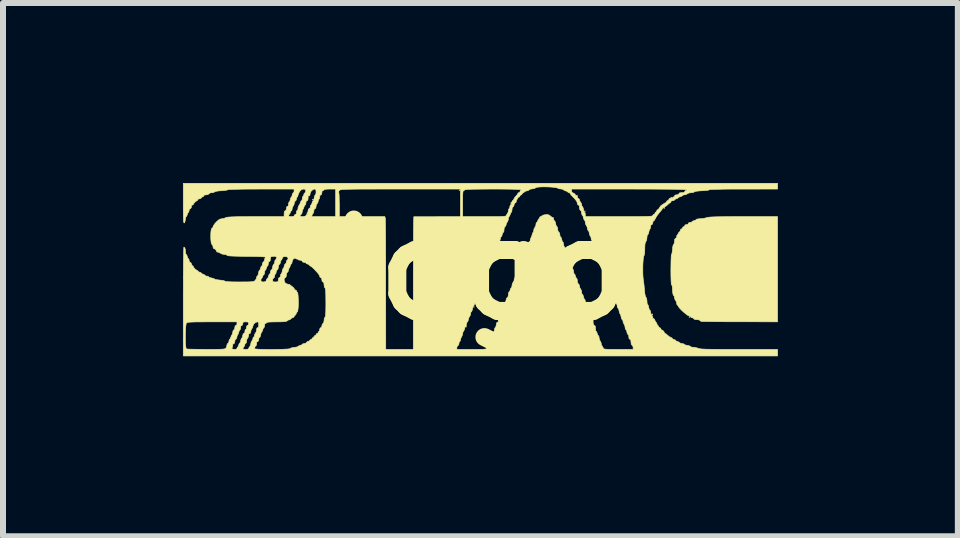
<source format=kicad_pcb>
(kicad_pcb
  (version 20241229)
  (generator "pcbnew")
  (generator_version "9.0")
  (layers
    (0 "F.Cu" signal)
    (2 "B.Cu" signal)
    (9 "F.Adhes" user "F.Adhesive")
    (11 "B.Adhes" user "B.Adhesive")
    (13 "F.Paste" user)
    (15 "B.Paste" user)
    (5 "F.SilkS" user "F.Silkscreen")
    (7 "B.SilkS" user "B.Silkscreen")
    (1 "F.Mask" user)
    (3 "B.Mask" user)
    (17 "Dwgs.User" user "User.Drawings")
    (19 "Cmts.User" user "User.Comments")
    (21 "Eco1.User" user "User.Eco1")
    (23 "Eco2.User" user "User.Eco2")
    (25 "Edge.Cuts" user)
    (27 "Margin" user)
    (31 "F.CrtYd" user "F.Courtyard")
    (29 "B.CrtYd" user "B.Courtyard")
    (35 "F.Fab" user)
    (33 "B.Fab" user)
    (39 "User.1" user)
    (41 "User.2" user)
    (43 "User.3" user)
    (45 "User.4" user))
  (footprint "logo"
    (layer "F.Cu")
    (at 4.952 1.444)
    (property "Reference" "logo" (at 0 0 0) (layer "F.SilkS") (effects (font (size 1.524 1.524) (thickness 0.3))))
    (attr through_hole)
    (fp_poly (pts (xy -2.782 -1.167) (xy -2.788 -1.161) (xy -2.794 -1.167) (xy -2.788 -1.173) (xy -2.782 -1.167)) (stroke (width 0.01) (type solid)) (fill yes) (layer "F.SilkS"))
    (fp_poly (pts (xy -0.339 -1.324) (xy -0.345 -1.318) (xy -0.351 -1.324) (xy -0.345 -1.33) (xy -0.339 -1.324)) (stroke (width 0.01) (type solid)) (fill yes) (layer "F.SilkS"))
    (fp_poly (pts (xy -0.097 0.623) (xy -0.103 0.629) (xy -0.109 0.623) (xy -0.103 0.617) (xy -0.097 0.623)) (stroke (width 0.01) (type solid)) (fill yes) (layer "F.SilkS"))
    (fp_poly (pts (xy 1.754 -0.974) (xy 1.748 -0.968) (xy 1.742 -0.974) (xy 1.748 -0.98) (xy 1.754 -0.974)) (stroke (width 0.01) (type solid)) (fill yes) (layer "F.SilkS"))
    (fp_poly (pts (xy 2.879 0.744) (xy 2.873 0.75) (xy 2.867 0.744) (xy 2.873 0.738) (xy 2.879 0.744)) (stroke (width 0.01) (type solid)) (fill yes) (layer "F.SilkS"))
    (fp_poly (pts (xy 3.496 0.792) (xy 3.489 0.798) (xy 3.483 0.792) (xy 3.489 0.786) (xy 3.496 0.792)) (stroke (width 0.01) (type solid)) (fill yes) (layer "F.SilkS"))
    (fp_poly (pts (xy 4.959 0.871) (xy 4.333 0.869) (xy 4.212 0.869) (xy 4.097 0.869) (xy 3.992 0.868) (xy 3.899 0.867) (xy 3.819 0.866) (xy 3.756 0.865) (xy 3.712 0.864) (xy 3.689 0.863) (xy 3.686 0.863) (xy 3.668 0.853) (xy 3.665 0.846) (xy 3.654 0.839) (xy 3.627 0.835) (xy 3.616 0.835) (xy 3.586 0.832) (xy 3.569 0.825) (xy 3.568 0.823) (xy 3.558 0.811) (xy 3.538 0.803) (xy 3.515 0.794) (xy 3.508 0.786) (xy 3.497 0.777) (xy 3.476 0.769) (xy 3.455 0.758) (xy 3.424 0.734) (xy 3.388 0.704) (xy 3.353 0.671) (xy 3.324 0.64) (xy 3.306 0.616) (xy 3.302 0.606) (xy 3.294 0.593) (xy 3.29 0.593) (xy 3.281 0.582) (xy 3.278 0.563) (xy 3.271 0.533) (xy 3.26 0.516) (xy 3.245 0.49) (xy 3.242 0.468) (xy 3.236 0.443) (xy 3.227 0.433) (xy 3.218 0.418) (xy 3.211 0.381) (xy 3.207 0.333) (xy 3.204 0.286) (xy 3.199 0.259) (xy 3.193 0.255) (xy 3.192 0.256) (xy 3.189 0.249) (xy 3.186 0.222) (xy 3.184 0.174) (xy 3.182 0.111) (xy 3.181 0.033) (xy 3.181 0.009) (xy 3.182 -0.068) (xy 3.183 -0.136) (xy 3.185 -0.191) (xy 3.187 -0.231) (xy 3.19 -0.252) (xy 3.192 -0.254) (xy 3.198 -0.265) (xy 3.203 -0.294) (xy 3.208 -0.335) (xy 3.208 -0.335) (xy 3.212 -0.38) (xy 3.22 -0.41) (xy 3.227 -0.421) (xy 3.236 -0.435) (xy 3.241 -0.463) (xy 3.242 -0.473) (xy 3.245 -0.506) (xy 3.255 -0.519) (xy 3.26 -0.52) (xy 3.274 -0.531) (xy 3.278 -0.55) (xy 3.282 -0.573) (xy 3.29 -0.581) (xy 3.301 -0.59) (xy 3.302 -0.599) (xy 3.312 -0.619) (xy 3.32 -0.625) (xy 3.335 -0.641) (xy 3.338 -0.654) (xy 3.346 -0.673) (xy 3.356 -0.677) (xy 3.372 -0.687) (xy 3.375 -0.695) (xy 3.384 -0.712) (xy 3.393 -0.714) (xy 3.409 -0.723) (xy 3.411 -0.732) (xy 3.423 -0.732) (xy 3.429 -0.726) (xy 3.435 -0.732) (xy 3.429 -0.738) (xy 3.423 -0.732) (xy 3.411 -0.732) (xy 3.421 -0.746) (xy 3.441 -0.75) (xy 3.465 -0.756) (xy 3.471 -0.768) (xy 3.482 -0.783) (xy 3.502 -0.786) (xy 3.524 -0.79) (xy 3.532 -0.797) (xy 3.542 -0.807) (xy 3.567 -0.816) (xy 3.568 -0.816) (xy 3.593 -0.825) (xy 3.604 -0.835) (xy 3.604 -0.836) (xy 3.615 -0.842) (xy 3.643 -0.846) (xy 3.663 -0.847) (xy 3.712 -0.851) (xy 3.761 -0.861) (xy 3.774 -0.865) (xy 3.789 -0.869) (xy 3.811 -0.873) (xy 3.841 -0.876) (xy 3.881 -0.878) (xy 3.934 -0.88) (xy 4 -0.881) (xy 4.084 -0.882) (xy 4.186 -0.883) (xy 4.309 -0.883) (xy 4.392 -0.883) (xy 4.959 -0.883) (xy 4.959 0.871)) (stroke (width 0.01) (type solid)) (fill yes) (layer "F.SilkS"))
    (fp_poly (pts (xy 4.959 -1.343) (xy 4.381 -1.342) (xy 4.267 -1.342) (xy 4.16 -1.342) (xy 4.064 -1.341) (xy 3.98 -1.339) (xy 3.912 -1.338) (xy 3.861 -1.336) (xy 3.829 -1.334) (xy 3.82 -1.332) (xy 3.82 -1.332) (xy 3.816 -1.327) (xy 3.791 -1.322) (xy 3.747 -1.318) (xy 3.705 -1.315) (xy 3.646 -1.311) (xy 3.601 -1.306) (xy 3.576 -1.299) (xy 3.571 -1.295) (xy 3.557 -1.287) (xy 3.528 -1.282) (xy 3.52 -1.282) (xy 3.484 -1.278) (xy 3.458 -1.266) (xy 3.455 -1.264) (xy 3.429 -1.25) (xy 3.406 -1.246) (xy 3.383 -1.242) (xy 3.375 -1.235) (xy 3.364 -1.225) (xy 3.339 -1.216) (xy 3.338 -1.216) (xy 3.313 -1.207) (xy 3.302 -1.198) (xy 3.302 -1.198) (xy 3.292 -1.188) (xy 3.272 -1.18) (xy 3.249 -1.171) (xy 3.242 -1.161) (xy 3.231 -1.152) (xy 3.211 -1.149) (xy 3.187 -1.143) (xy 3.181 -1.131) (xy 3.174 -1.115) (xy 3.168 -1.113) (xy 3.152 -1.105) (xy 3.13 -1.085) (xy 3.128 -1.083) (xy 3.105 -1.062) (xy 3.087 -1.052) (xy 3.086 -1.052) (xy 3.074 -1.042) (xy 3.072 -1.031) (xy 3.07 -1.017) (xy 3.062 -1.026) (xy 3.06 -1.028) (xy 3.05 -1.037) (xy 3.048 -1.033) (xy 3.041 -1.015) (xy 3.023 -0.991) (xy 3.023 -0.991) (xy 2.98 -0.939) (xy 2.95 -0.9) (xy 2.93 -0.867) (xy 2.915 -0.838) (xy 2.902 -0.817) (xy 2.891 -0.81) (xy 2.882 -0.8) (xy 2.879 -0.78) (xy 2.872 -0.756) (xy 2.861 -0.75) (xy 2.846 -0.739) (xy 2.842 -0.714) (xy 2.839 -0.688) (xy 2.832 -0.677) (xy 2.832 -0.677) (xy 2.824 -0.667) (xy 2.816 -0.64) (xy 2.814 -0.629) (xy 2.806 -0.599) (xy 2.797 -0.582) (xy 2.794 -0.581) (xy 2.786 -0.57) (xy 2.782 -0.543) (xy 2.782 -0.533) (xy 2.777 -0.498) (xy 2.767 -0.471) (xy 2.764 -0.467) (xy 2.754 -0.449) (xy 2.748 -0.415) (xy 2.746 -0.363) (xy 2.746 -0.348) (xy 2.744 -0.3) (xy 2.74 -0.26) (xy 2.735 -0.237) (xy 2.733 -0.234) (xy 2.726 -0.215) (xy 2.72 -0.177) (xy 2.716 -0.125) (xy 2.713 -0.065) (xy 2.713 0.000341) (xy 2.713 0.064) (xy 2.716 0.122) (xy 2.721 0.169) (xy 2.721 0.169) (xy 2.73 0.231) (xy 2.737 0.3) (xy 2.742 0.353) (xy 2.748 0.41) (xy 2.757 0.447) (xy 2.765 0.46) (xy 2.776 0.482) (xy 2.782 0.519) (xy 2.782 0.528) (xy 2.784 0.56) (xy 2.789 0.578) (xy 2.792 0.581) (xy 2.801 0.591) (xy 2.809 0.618) (xy 2.811 0.629) (xy 2.818 0.659) (xy 2.828 0.676) (xy 2.83 0.677) (xy 2.84 0.688) (xy 2.842 0.707) (xy 2.85 0.737) (xy 2.861 0.754) (xy 2.876 0.781) (xy 2.879 0.798) (xy 2.883 0.816) (xy 2.89 0.817) (xy 2.902 0.821) (xy 2.91 0.837) (xy 2.924 0.866) (xy 2.935 0.88) (xy 2.949 0.903) (xy 2.951 0.914) (xy 2.958 0.93) (xy 2.963 0.931) (xy 2.974 0.941) (xy 2.975 0.949) (xy 2.985 0.966) (xy 2.994 0.968) (xy 3.01 0.977) (xy 3.012 0.986) (xy 3.019 1.002) (xy 3.025 1.004) (xy 3.045 1.013) (xy 3.065 1.033) (xy 3.072 1.051) (xy 3.081 1.064) (xy 3.085 1.064) (xy 3.101 1.072) (xy 3.123 1.092) (xy 3.124 1.093) (xy 3.152 1.116) (xy 3.178 1.13) (xy 3.199 1.14) (xy 3.205 1.149) (xy 3.215 1.159) (xy 3.235 1.166) (xy 3.258 1.176) (xy 3.266 1.186) (xy 3.276 1.196) (xy 3.285 1.197) (xy 3.309 1.205) (xy 3.322 1.216) (xy 3.348 1.23) (xy 3.369 1.234) (xy 3.392 1.237) (xy 3.399 1.244) (xy 3.41 1.252) (xy 3.437 1.26) (xy 3.453 1.263) (xy 3.486 1.27) (xy 3.505 1.279) (xy 3.508 1.283) (xy 3.518 1.29) (xy 3.544 1.294) (xy 3.55 1.294) (xy 3.592 1.299) (xy 3.634 1.311) (xy 3.636 1.312) (xy 3.649 1.316) (xy 3.668 1.32) (xy 3.694 1.323) (xy 3.73 1.325) (xy 3.778 1.327) (xy 3.839 1.328) (xy 3.916 1.329) (xy 4.01 1.33) (xy 4.124 1.33) (xy 4.259 1.33) (xy 4.319 1.33) (xy 4.959 1.33) (xy 4.959 1.439) (xy -4.947 1.439) (xy -4.947 1.115) (xy -4.912 1.115) (xy -4.912 1.177) (xy -4.91 1.234) (xy -4.906 1.28) (xy -4.901 1.311) (xy -4.896 1.322) (xy -4.88 1.324) (xy -4.843 1.326) (xy -4.789 1.327) (xy -4.721 1.328) (xy -4.643 1.329) (xy -4.568 1.33) (xy -4.47 1.33) (xy -4.393 1.329) (xy -4.335 1.328) (xy -4.293 1.326) (xy -4.265 1.323) (xy -4.247 1.318) (xy -4.239 1.313) (xy -4.237 1.311) (xy -4.146 1.311) (xy -4.137 1.318) (xy -4.11 1.328) (xy -4.081 1.33) (xy -4.059 1.324) (xy -4.052 1.313) (xy -4.05 1.309) (xy -3.953 1.309) (xy -3.948 1.324) (xy -3.919 1.33) (xy -3.907 1.33) (xy -3.876 1.328) (xy -3.86 1.32) (xy -3.858 1.318) (xy -3.851 1.301) (xy -3.757 1.301) (xy -3.755 1.319) (xy -3.741 1.323) (xy -3.707 1.326) (xy -3.657 1.329) (xy -3.596 1.33) (xy -3.527 1.331) (xy -3.454 1.331) (xy -3.381 1.33) (xy -3.313 1.329) (xy -3.254 1.326) (xy -3.207 1.324) (xy -3.176 1.32) (xy -3.166 1.317) (xy -3.153 1.308) (xy -3.123 1.3) (xy -3.099 1.297) (xy -3.064 1.292) (xy -3.041 1.286) (xy -3.036 1.282) (xy -3.025 1.273) (xy -3 1.264) (xy -3 1.264) (xy -2.974 1.255) (xy -2.963 1.245) (xy -2.963 1.245) (xy -2.953 1.237) (xy -2.933 1.234) (xy -2.907 1.227) (xy -2.895 1.216) (xy -2.879 1.2) (xy -2.867 1.197) (xy -2.845 1.189) (xy -2.838 1.179) (xy -2.821 1.163) (xy -2.812 1.161) (xy -2.799 1.155) (xy -2.8 1.149) (xy -2.797 1.139) (xy -2.789 1.137) (xy -2.772 1.128) (xy -2.77 1.119) (xy -2.76 1.103) (xy -2.752 1.101) (xy -2.736 1.091) (xy -2.734 1.083) (xy -2.724 1.066) (xy -2.715 1.064) (xy -2.699 1.055) (xy -2.697 1.046) (xy -2.691 1.03) (xy -2.685 1.028) (xy -2.676 1.018) (xy -2.673 0.998) (xy -2.667 0.974) (xy -2.655 0.968) (xy -2.64 0.957) (xy -2.637 0.937) (xy -2.63 0.911) (xy -2.619 0.899) (xy -2.605 0.882) (xy -2.6 0.846) (xy -2.597 0.815) (xy -2.588 0.796) (xy -2.585 0.795) (xy -2.58 0.787) (xy -2.576 0.766) (xy -2.573 0.728) (xy -2.571 0.672) (xy -2.57 0.595) (xy -2.57 0.55) (xy -2.571 0.463) (xy -2.572 0.397) (xy -2.574 0.351) (xy -2.578 0.322) (xy -2.583 0.308) (xy -2.585 0.305) (xy -2.595 0.291) (xy -2.6 0.26) (xy -2.6 0.253) (xy -2.604 0.22) (xy -2.614 0.206) (xy -2.619 0.206) (xy -2.633 0.195) (xy -2.637 0.169) (xy -2.642 0.141) (xy -2.655 0.133) (xy -2.67 0.123) (xy -2.673 0.108) (xy -2.681 0.09) (xy -2.702 0.061) (xy -2.732 0.027) (xy -2.764 -0.007) (xy -2.796 -0.037) (xy -2.82 -0.056) (xy -2.831 -0.06) (xy -2.842 -0.07) (xy -2.842 -0.072) (xy -2.853 -0.084) (xy -2.873 -0.092) (xy -2.895 -0.101) (xy -2.903 -0.11) (xy -2.913 -0.118) (xy -2.933 -0.121) (xy -2.957 -0.127) (xy -2.963 -0.139) (xy -2.974 -0.153) (xy -3 -0.157) (xy -3.025 -0.161) (xy -3.036 -0.17) (xy -3.036 -0.17) (xy -3.043 -0.178) (xy -3.047 -0.176) (xy -3.063 -0.177) (xy -3.066 -0.181) (xy -3.083 -0.192) (xy -3.103 -0.185) (xy -3.121 -0.165) (xy -3.132 -0.137) (xy -3.133 -0.127) (xy -3.138 -0.103) (xy -3.147 -0.094) (xy -3.159 -0.08) (xy -3.165 -0.06) (xy -3.173 -0.036) (xy -3.181 -0.026) (xy -3.19 -0.012) (xy -3.193 0.007) (xy -3.2 0.033) (xy -3.211 0.044) (xy -3.225 0.061) (xy -3.229 0.092) (xy -3.234 0.123) (xy -3.247 0.133) (xy -3.248 0.133) (xy -3.261 0.143) (xy -3.266 0.166) (xy -3.262 0.195) (xy -3.249 0.22) (xy -3.247 0.223) (xy -3.221 0.239) (xy -3.204 0.242) (xy -3.175 0.249) (xy -3.164 0.257) (xy -3.141 0.276) (xy -3.122 0.29) (xy -3.103 0.309) (xy -3.096 0.323) (xy -3.087 0.337) (xy -3.078 0.339) (xy -3.062 0.348) (xy -3.06 0.356) (xy -3.051 0.374) (xy -3.045 0.378) (xy -3.039 0.391) (xy -3.034 0.424) (xy -3.031 0.469) (xy -3.029 0.521) (xy -3.029 0.575) (xy -3.031 0.626) (xy -3.035 0.667) (xy -3.04 0.693) (xy -3.043 0.699) (xy -3.057 0.717) (xy -3.065 0.735) (xy -3.076 0.756) (xy -3.085 0.762) (xy -3.095 0.772) (xy -3.096 0.779) (xy -3.107 0.794) (xy -3.127 0.803) (xy -3.149 0.813) (xy -3.157 0.823) (xy -3.167 0.833) (xy -3.176 0.835) (xy -3.2 0.843) (xy -3.213 0.853) (xy -3.226 0.86) (xy -3.249 0.866) (xy -3.286 0.869) (xy -3.34 0.871) (xy -3.394 0.871) (xy -3.462 0.872) (xy -3.514 0.874) (xy -3.546 0.878) (xy -3.556 0.883) (xy -3.566 0.894) (xy -3.574 0.895) (xy -3.589 0.906) (xy -3.592 0.931) (xy -3.596 0.957) (xy -3.603 0.968) (xy -3.603 0.968) (xy -3.614 0.978) (xy -3.622 1.003) (xy -3.623 1.004) (xy -3.631 1.029) (xy -3.64 1.04) (xy -3.64 1.04) (xy -3.648 1.051) (xy -3.655 1.078) (xy -3.657 1.089) (xy -3.665 1.118) (xy -3.674 1.131) (xy -3.677 1.131) (xy -3.685 1.136) (xy -3.689 1.159) (xy -3.689 1.16) (xy -3.694 1.19) (xy -3.707 1.197) (xy -3.722 1.208) (xy -3.725 1.234) (xy -3.728 1.259) (xy -3.736 1.27) (xy -3.736 1.27) (xy -3.749 1.28) (xy -3.757 1.301) (xy -3.851 1.301) (xy -3.851 1.299) (xy -3.84 1.286) (xy -3.826 1.26) (xy -3.822 1.238) (xy -3.815 1.207) (xy -3.804 1.19) (xy -3.789 1.164) (xy -3.786 1.148) (xy -3.781 1.129) (xy -3.774 1.125) (xy -3.764 1.115) (xy -3.762 1.1) (xy -3.753 1.07) (xy -3.743 1.057) (xy -3.73 1.032) (xy -3.725 1.003) (xy -3.72 0.975) (xy -3.707 0.968) (xy -3.695 0.96) (xy -3.689 0.933) (xy -3.689 0.919) (xy -3.691 0.889) (xy -3.677 0.889) (xy -3.671 0.895) (xy -3.665 0.889) (xy -3.671 0.883) (xy -3.677 0.889) (xy -3.691 0.889) (xy -3.691 0.888) (xy -3.699 0.874) (xy -3.713 0.871) (xy -3.743 0.881) (xy -3.77 0.905) (xy -3.785 0.935) (xy -3.786 0.943) (xy -3.794 0.97) (xy -3.804 0.984) (xy -3.818 1.01) (xy -3.822 1.033) (xy -3.828 1.058) (xy -3.84 1.064) (xy -3.855 1.075) (xy -3.858 1.095) (xy -3.865 1.127) (xy -3.877 1.145) (xy -3.89 1.17) (xy -3.895 1.199) (xy -3.898 1.223) (xy -3.907 1.228) (xy -3.907 1.228) (xy -3.916 1.231) (xy -3.919 1.244) (xy -3.927 1.273) (xy -3.937 1.286) (xy -3.953 1.309) (xy -4.05 1.309) (xy -4.045 1.295) (xy -4.04 1.292) (xy -4.03 1.278) (xy -4.024 1.259) (xy -4.015 1.234) (xy -4.005 1.224) (xy -3.995 1.21) (xy -3.991 1.191) (xy -3.984 1.161) (xy -3.973 1.145) (xy -3.959 1.119) (xy -3.955 1.095) (xy -3.949 1.071) (xy -3.937 1.064) (xy -3.923 1.054) (xy -3.919 1.027) (xy -3.916 1.003) (xy -3.907 0.998) (xy -3.907 0.998) (xy -3.898 0.993) (xy -3.895 0.97) (xy -3.895 0.968) (xy -3.889 0.939) (xy -3.877 0.931) (xy -3.862 0.921) (xy -3.858 0.901) (xy -3.861 0.882) (xy -3.873 0.873) (xy -3.903 0.871) (xy -3.907 0.871) (xy -3.938 0.873) (xy -3.952 0.88) (xy -3.955 0.898) (xy -3.955 0.901) (xy -3.961 0.925) (xy -3.973 0.931) (xy -3.988 0.942) (xy -3.991 0.968) (xy -3.995 0.993) (xy -4.002 1.004) (xy -4.003 1.004) (xy -4.012 1.014) (xy -4.021 1.04) (xy -4.022 1.043) (xy -4.031 1.072) (xy -4.041 1.089) (xy -4.041 1.089) (xy -4.05 1.105) (xy -4.054 1.129) (xy -4.061 1.152) (xy -4.073 1.161) (xy -4.084 1.172) (xy -4.088 1.197) (xy -4.094 1.226) (xy -4.106 1.234) (xy -4.121 1.245) (xy -4.124 1.27) (xy -4.129 1.296) (xy -4.14 1.306) (xy -4.146 1.311) (xy -4.237 1.311) (xy -4.225 1.288) (xy -4.221 1.266) (xy -4.215 1.241) (xy -4.203 1.229) (xy -4.189 1.213) (xy -4.185 1.192) (xy -4.181 1.169) (xy -4.174 1.161) (xy -4.164 1.151) (xy -4.155 1.128) (xy -4.145 1.101) (xy -4.136 1.088) (xy -4.128 1.073) (xy -4.122 1.044) (xy -4.122 1.043) (xy -4.116 1.015) (xy -4.104 1.004) (xy -4.104 1.004) (xy -4.092 0.993) (xy -4.088 0.968) (xy -4.083 0.939) (xy -4.07 0.931) (xy -4.055 0.921) (xy -4.052 0.901) (xy -4.052 0.871) (xy -4.464 0.871) (xy -4.578 0.871) (xy -4.67 0.872) (xy -4.743 0.872) (xy -4.798 0.874) (xy -4.838 0.876) (xy -4.866 0.879) (xy -4.883 0.883) (xy -4.893 0.887) (xy -4.893 0.888) (xy -4.9 0.906) (xy -4.905 0.943) (xy -4.909 0.993) (xy -4.911 1.052) (xy -4.912 1.115) (xy -4.947 1.115) (xy -4.947 0.532) (xy -4.947 0.376) (xy -4.946 0.229) (xy -4.946 0.127) (xy -4.548 0.127) (xy -4.542 0.133) (xy -4.536 0.127) (xy -4.542 0.121) (xy -4.548 0.127) (xy -4.946 0.127) (xy -4.946 0.095) (xy -4.945 -0.025) (xy -4.944 -0.13) (xy -4.942 -0.219) (xy -4.941 -0.289) (xy -4.939 -0.339) (xy -4.938 -0.368) (xy -4.936 -0.375) (xy -4.922 -0.364) (xy -4.913 -0.333) (xy -4.911 -0.295) (xy -4.908 -0.268) (xy -4.901 -0.254) (xy -4.9 -0.254) (xy -4.889 -0.244) (xy -4.881 -0.218) (xy -4.88 -0.218) (xy -4.872 -0.192) (xy -4.862 -0.181) (xy -4.861 -0.181) (xy -4.853 -0.171) (xy -4.85 -0.151) (xy -4.844 -0.128) (xy -4.833 -0.121) (xy -4.818 -0.111) (xy -4.809 -0.091) (xy -4.799 -0.068) (xy -4.789 -0.06) (xy -4.778 -0.051) (xy -4.778 -0.048) (xy -4.769 -0.03) (xy -4.749 -0.008) (xy -4.728 0.008) (xy -4.717 0.012) (xy -4.705 0.021) (xy -4.705 0.024) (xy -4.695 0.035) (xy -4.675 0.043) (xy -4.652 0.052) (xy -4.645 0.06) (xy -4.634 0.07) (xy -4.614 0.078) (xy -4.592 0.087) (xy -4.584 0.097) (xy -4.574 0.106) (xy -4.554 0.109) (xy -4.531 0.113) (xy -4.524 0.121) (xy -4.513 0.13) (xy -4.486 0.138) (xy -4.475 0.14) (xy -4.445 0.147) (xy -4.428 0.155) (xy -4.427 0.157) (xy -4.416 0.163) (xy -4.386 0.169) (xy -4.345 0.174) (xy -4.336 0.175) (xy -4.294 0.18) (xy -4.264 0.187) (xy -4.252 0.193) (xy -4.252 0.195) (xy -4.243 0.198) (xy -4.212 0.201) (xy -4.162 0.204) (xy -4.096 0.205) (xy -4.016 0.206) (xy -3.933 0.205) (xy -3.871 0.205) (xy -3.826 0.203) (xy -3.795 0.201) (xy -3.775 0.197) (xy -3.761 0.191) (xy -3.751 0.183) (xy -3.75 0.181) (xy -3.745 0.175) (xy -3.653 0.175) (xy -3.65 0.196) (xy -3.635 0.204) (xy -3.611 0.206) (xy -3.581 0.202) (xy -3.566 0.189) (xy -3.561 0.177) (xy -3.459 0.177) (xy -3.456 0.195) (xy -3.443 0.204) (xy -3.413 0.206) (xy -3.411 0.206) (xy -3.38 0.204) (xy -3.366 0.196) (xy -3.363 0.177) (xy -3.362 0.169) (xy -3.357 0.141) (xy -3.344 0.133) (xy -3.33 0.123) (xy -3.326 0.103) (xy -3.323 0.08) (xy -3.316 0.073) (xy -3.307 0.062) (xy -3.299 0.035) (xy -3.297 0.024) (xy -3.29 -0.006) (xy -3.281 -0.023) (xy -3.278 -0.024) (xy -3.269 -0.035) (xy -3.266 -0.055) (xy -3.259 -0.081) (xy -3.248 -0.092) (xy -3.233 -0.109) (xy -3.229 -0.127) (xy -3.223 -0.151) (xy -3.212 -0.161) (xy -3.2 -0.177) (xy -3.202 -0.193) (xy -3.213 -0.211) (xy -3.239 -0.217) (xy -3.249 -0.218) (xy -3.278 -0.214) (xy -3.293 -0.2) (xy -3.297 -0.187) (xy -3.306 -0.165) (xy -3.315 -0.157) (xy -3.323 -0.147) (xy -3.326 -0.127) (xy -3.333 -0.101) (xy -3.344 -0.089) (xy -3.358 -0.072) (xy -3.362 -0.042) (xy -3.368 -0.01) (xy -3.381 0.004) (xy -3.394 0.02) (xy -3.399 0.042) (xy -3.403 0.065) (xy -3.411 0.073) (xy -3.42 0.083) (xy -3.423 0.103) (xy -3.429 0.129) (xy -3.441 0.141) (xy -3.455 0.157) (xy -3.459 0.177) (xy -3.561 0.177) (xy -3.561 0.175) (xy -3.552 0.153) (xy -3.544 0.145) (xy -3.534 0.135) (xy -3.526 0.11) (xy -3.526 0.109) (xy -3.517 0.083) (xy -3.507 0.073) (xy -3.507 0.073) (xy -3.498 0.062) (xy -3.496 0.042) (xy -3.489 0.016) (xy -3.477 0.004) (xy -3.464 -0.012) (xy -3.459 -0.036) (xy -3.453 -0.066) (xy -3.453 -0.067) (xy -3.447 -0.067) (xy -3.441 -0.06) (xy -3.435 -0.067) (xy -3.441 -0.073) (xy -3.447 -0.067) (xy -3.453 -0.067) (xy -3.441 -0.085) (xy -3.426 -0.108) (xy -3.423 -0.127) (xy -3.419 -0.151) (xy -3.412 -0.159) (xy -3.401 -0.173) (xy -3.394 -0.19) (xy -3.394 -0.211) (xy -3.413 -0.222) (xy -3.453 -0.221) (xy -3.462 -0.22) (xy -3.485 -0.213) (xy -3.494 -0.197) (xy -3.496 -0.173) (xy -3.498 -0.148) (xy -3.505 -0.138) (xy -3.506 -0.138) (xy -3.519 -0.135) (xy -3.528 -0.114) (xy -3.532 -0.084) (xy -3.537 -0.065) (xy -3.543 -0.06) (xy -3.553 -0.05) (xy -3.562 -0.025) (xy -3.562 -0.024) (xy -3.571 0.001) (xy -3.581 0.012) (xy -3.581 0.012) (xy -3.589 0.023) (xy -3.592 0.048) (xy -3.592 0.048) (xy -3.596 0.074) (xy -3.604 0.085) (xy -3.604 0.085) (xy -3.616 0.095) (xy -3.624 0.115) (xy -3.633 0.138) (xy -3.642 0.145) (xy -3.65 0.156) (xy -3.653 0.175) (xy -3.745 0.175) (xy -3.731 0.155) (xy -3.725 0.133) (xy -3.72 0.113) (xy -3.713 0.109) (xy -3.704 0.098) (xy -3.696 0.071) (xy -3.694 0.06) (xy -3.687 0.03) (xy -3.679 0.013) (xy -3.676 0.012) (xy -3.667 0.002) (xy -3.659 -0.023) (xy -3.659 -0.024) (xy -3.65 -0.05) (xy -3.64 -0.06) (xy -3.64 -0.06) (xy -3.631 -0.071) (xy -3.629 -0.091) (xy -3.622 -0.117) (xy -3.61 -0.129) (xy -3.596 -0.145) (xy -3.592 -0.164) (xy -3.587 -0.188) (xy -3.577 -0.197) (xy -3.566 -0.203) (xy -3.569 -0.207) (xy -3.588 -0.211) (xy -3.624 -0.214) (xy -3.678 -0.217) (xy -3.753 -0.219) (xy -3.85 -0.22) (xy -3.894 -0.22) (xy -3.997 -0.222) (xy -4.076 -0.224) (xy -4.136 -0.226) (xy -4.178 -0.229) (xy -4.205 -0.232) (xy -4.217 -0.237) (xy -4.218 -0.239) (xy -4.232 -0.249) (xy -4.261 -0.254) (xy -4.265 -0.254) (xy -4.299 -0.259) (xy -4.325 -0.271) (xy -4.326 -0.272) (xy -4.352 -0.287) (xy -4.367 -0.29) (xy -4.386 -0.296) (xy -4.391 -0.303) (xy -4.4 -0.324) (xy -4.42 -0.343) (xy -4.438 -0.351) (xy -4.448 -0.361) (xy -4.451 -0.381) (xy -4.457 -0.407) (xy -4.469 -0.419) (xy -4.478 -0.433) (xy -4.484 -0.465) (xy -4.488 -0.508) (xy -4.489 -0.557) (xy -4.488 -0.605) (xy -4.484 -0.647) (xy -4.478 -0.677) (xy -4.47 -0.689) (xy -4.469 -0.689) (xy -4.454 -0.699) (xy -4.451 -0.713) (xy -4.443 -0.734) (xy -4.422 -0.764) (xy -4.398 -0.792) (xy -4.362 -0.825) (xy -4.333 -0.842) (xy -4.307 -0.847) (xy -4.27 -0.853) (xy -4.241 -0.865) (xy -4.231 -0.869) (xy -4.214 -0.873) (xy -4.188 -0.876) (xy -4.151 -0.878) (xy -4.1 -0.88) (xy -4.034 -0.882) (xy -3.95 -0.882) (xy -3.846 -0.883) (xy -3.74 -0.883) (xy -3.266 -0.884) (xy -3.266 -0.901) (xy -3.193 -0.901) (xy -3.185 -0.888) (xy -3.159 -0.883) (xy -3.145 -0.883) (xy -3.111 -0.886) (xy -3.097 -0.896) (xy -3.096 -0.901) (xy -3 -0.901) (xy -2.992 -0.888) (xy -2.965 -0.883) (xy -2.951 -0.883) (xy -2.808 -0.883) (xy -2.407 -0.883) (xy -2.407 -1.301) (xy -2.36 -1.301) (xy -2.359 -1.294) (xy -2.359 -1.294) (xy -2.354 -1.282) (xy -2.35 -1.248) (xy -2.348 -1.193) (xy -2.347 -1.119) (xy -2.346 -1.089) (xy -2.346 -0.883) (xy -1.587 -0.883) (xy -1.58 -0.856) (xy -1.579 -0.84) (xy -1.578 -0.802) (xy -1.577 -0.743) (xy -1.576 -0.665) (xy -1.575 -0.57) (xy -1.574 -0.459) (xy -1.574 -0.336) (xy -1.573 -0.2) (xy -1.573 -0.054) (xy -1.573 0.099) (xy -1.573 0.251) (xy -1.572 1.33) (xy -1.113 1.33) (xy -1.113 1.302) (xy -0.387 1.302) (xy -0.387 1.33) (xy -0.139 1.33) (xy -0.054 1.33) (xy 0.009 1.329) (xy 0.054 1.328) (xy 0.083 1.325) (xy 0.1 1.322) (xy 0.108 1.316) (xy 0.109 1.312) (xy 0.115 1.296) (xy 0.121 1.294) (xy 0.13 1.284) (xy 0.133 1.264) (xy 0.139 1.238) (xy 0.151 1.226) (xy 0.165 1.209) (xy 0.169 1.178) (xy 0.175 1.144) (xy 0.187 1.129) (xy 0.202 1.113) (xy 0.206 1.096) (xy 0.214 1.066) (xy 0.224 1.047) (xy 0.238 1.016) (xy 0.242 0.996) (xy 0.246 0.974) (xy 0.252 0.968) (xy 0.261 0.957) (xy 0.269 0.93) (xy 0.271 0.916) (xy 0.278 0.886) (xy 0.285 0.877) (xy 0.291 0.883) (xy 0.298 0.889) (xy 0.302 0.873) (xy 0.302 0.855) (xy 0.307 0.82) (xy 0.318 0.793) (xy 0.321 0.791) (xy 0.334 0.766) (xy 0.339 0.734) (xy 0.341 0.71) (xy 0.347 0.709) (xy 0.35 0.712) (xy 0.358 0.716) (xy 0.365 0.697) (xy 0.369 0.679) (xy 0.376 0.65) (xy 0.385 0.636) (xy 0.388 0.636) (xy 0.396 0.63) (xy 0.399 0.608) (xy 0.399 0.608) (xy 0.405 0.573) (xy 0.417 0.55) (xy 0.431 0.52) (xy 0.435 0.5) (xy 0.443 0.476) (xy 0.454 0.467) (xy 0.467 0.45) (xy 0.472 0.418) (xy 0.474 0.39) (xy 0.481 0.375) (xy 0.483 0.375) (xy 0.493 0.365) (xy 0.502 0.339) (xy 0.502 0.339) (xy 0.511 0.313) (xy 0.521 0.302) (xy 0.521 0.302) (xy 0.529 0.292) (xy 0.532 0.267) (xy 0.538 0.235) (xy 0.55 0.213) (xy 0.566 0.186) (xy 0.568 0.169) (xy 0.577 0.139) (xy 0.587 0.125) (xy 0.601 0.099) (xy 0.605 0.078) (xy 0.609 0.055) (xy 0.617 0.048) (xy 0.625 0.038) (xy 0.629 0.012) (xy 0.629 0.012) (xy 0.635 -0.018) (xy 0.647 -0.032) (xy 0.661 -0.049) (xy 0.665 -0.08) (xy 0.669 -0.111) (xy 0.683 -0.121) (xy 0.683 -0.121) (xy 0.698 -0.132) (xy 0.702 -0.157) (xy 0.705 -0.183) (xy 0.713 -0.194) (xy 0.713 -0.194) (xy 0.723 -0.204) (xy 0.731 -0.231) (xy 0.733 -0.242) (xy 0.74 -0.272) (xy 0.749 -0.289) (xy 0.751 -0.29) (xy 0.76 -0.3) (xy 0.762 -0.313) (xy 0.766 -0.345) (xy 0.776 -0.365) (xy 0.787 -0.368) (xy 0.794 -0.374) (xy 0.798 -0.398) (xy 0.798 -0.411) (xy 0.801 -0.444) (xy 0.811 -0.459) (xy 0.816 -0.46) (xy 0.831 -0.47) (xy 0.835 -0.482) (xy 0.84 -0.509) (xy 0.853 -0.54) (xy 0.866 -0.571) (xy 0.871 -0.596) (xy 0.877 -0.614) (xy 0.883 -0.617) (xy 0.891 -0.627) (xy 0.895 -0.653) (xy 0.895 -0.653) (xy 0.899 -0.679) (xy 0.908 -0.689) (xy 0.908 -0.689) (xy 0.915 -0.697) (xy 0.913 -0.702) (xy 0.914 -0.713) (xy 0.919 -0.714) (xy 0.928 -0.724) (xy 0.931 -0.749) (xy 0.931 -0.75) (xy 0.935 -0.775) (xy 0.943 -0.786) (xy 0.943 -0.786) (xy 0.955 -0.796) (xy 0.963 -0.816) (xy 0.972 -0.839) (xy 0.981 -0.847) (xy 0.991 -0.856) (xy 0.992 -0.865) (xy 1.001 -0.881) (xy 1.009 -0.883) (xy 1.027 -0.891) (xy 1.031 -0.896) (xy 1.044 -0.905) (xy 1.073 -0.913) (xy 1.089 -0.915) (xy 1.127 -0.917) (xy 1.153 -0.908) (xy 1.175 -0.891) (xy 1.198 -0.873) (xy 1.213 -0.867) (xy 1.214 -0.868) (xy 1.222 -0.866) (xy 1.223 -0.861) (xy 1.226 -0.837) (xy 1.226 -0.834) (xy 1.237 -0.817) (xy 1.242 -0.812) (xy 1.254 -0.795) (xy 1.26 -0.765) (xy 1.26 -0.765) (xy 1.267 -0.736) (xy 1.278 -0.721) (xy 1.279 -0.72) (xy 1.289 -0.705) (xy 1.294 -0.677) (xy 1.294 -0.673) (xy 1.299 -0.64) (xy 1.312 -0.625) (xy 1.326 -0.608) (xy 1.33 -0.581) (xy 1.334 -0.555) (xy 1.342 -0.544) (xy 1.342 -0.544) (xy 1.352 -0.534) (xy 1.36 -0.508) (xy 1.362 -0.502) (xy 1.369 -0.474) (xy 1.379 -0.46) (xy 1.38 -0.46) (xy 1.388 -0.449) (xy 1.391 -0.425) (xy 1.397 -0.394) (xy 1.409 -0.375) (xy 1.423 -0.352) (xy 1.427 -0.325) (xy 1.431 -0.3) (xy 1.439 -0.29) (xy 1.448 -0.28) (xy 1.457 -0.253) (xy 1.459 -0.242) (xy 1.466 -0.212) (xy 1.474 -0.195) (xy 1.476 -0.194) (xy 1.485 -0.183) (xy 1.494 -0.158) (xy 1.494 -0.157) (xy 1.503 -0.132) (xy 1.513 -0.121) (xy 1.513 -0.121) (xy 1.52 -0.11) (xy 1.524 -0.084) (xy 1.524 -0.078) (xy 1.529 -0.043) (xy 1.541 -0.018) (xy 1.542 -0.016) (xy 1.556 0.009) (xy 1.56 0.037) (xy 1.564 0.062) (xy 1.571 0.073) (xy 1.582 0.083) (xy 1.59 0.108) (xy 1.591 0.109) (xy 1.599 0.134) (xy 1.609 0.145) (xy 1.61 0.145) (xy 1.617 0.156) (xy 1.621 0.182) (xy 1.621 0.188) (xy 1.626 0.222) (xy 1.639 0.238) (xy 1.653 0.254) (xy 1.657 0.274) (xy 1.664 0.305) (xy 1.675 0.322) (xy 1.689 0.347) (xy 1.693 0.376) (xy 1.697 0.401) (xy 1.705 0.411) (xy 1.714 0.422) (xy 1.723 0.448) (xy 1.724 0.454) (xy 1.732 0.481) (xy 1.742 0.496) (xy 1.743 0.496) (xy 1.751 0.506) (xy 1.754 0.531) (xy 1.76 0.564) (xy 1.772 0.585) (xy 1.786 0.611) (xy 1.79 0.634) (xy 1.794 0.657) (xy 1.802 0.665) (xy 1.811 0.676) (xy 1.82 0.703) (xy 1.822 0.714) (xy 1.829 0.744) (xy 1.837 0.761) (xy 1.84 0.762) (xy 1.847 0.773) (xy 1.851 0.798) (xy 1.851 0.798) (xy 1.856 0.827) (xy 1.869 0.835) (xy 1.884 0.839) (xy 1.885 0.844) (xy 1.884 0.88) (xy 1.889 0.911) (xy 1.9 0.929) (xy 1.905 0.931) (xy 1.918 0.939) (xy 1.923 0.966) (xy 1.923 0.98) (xy 1.926 1.01) (xy 1.932 1.027) (xy 1.934 1.028) (xy 1.944 1.039) (xy 1.953 1.064) (xy 1.953 1.064) (xy 1.962 1.09) (xy 1.972 1.101) (xy 1.972 1.101) (xy 1.98 1.111) (xy 1.984 1.136) (xy 1.99 1.168) (xy 2.002 1.19) (xy 2.016 1.216) (xy 2.02 1.239) (xy 2.024 1.262) (xy 2.033 1.27) (xy 2.04 1.277) (xy 2.038 1.282) (xy 2.039 1.293) (xy 2.043 1.294) (xy 2.055 1.304) (xy 2.056 1.312) (xy 2.059 1.319) (xy 2.07 1.323) (xy 2.091 1.326) (xy 2.126 1.329) (xy 2.178 1.33) (xy 2.249 1.33) (xy 2.304 1.33) (xy 2.552 1.33) (xy 2.552 1.3) (xy 2.546 1.274) (xy 2.534 1.262) (xy 2.52 1.244) (xy 2.516 1.208) (xy 2.513 1.175) (xy 2.502 1.162) (xy 2.498 1.161) (xy 2.484 1.152) (xy 2.48 1.123) (xy 2.48 1.118) (xy 2.477 1.091) (xy 2.469 1.082) (xy 2.468 1.082) (xy 2.459 1.077) (xy 2.45 1.053) (xy 2.448 1.041) (xy 2.441 1.012) (xy 2.433 0.999) (xy 2.43 0.999) (xy 2.422 0.993) (xy 2.419 0.971) (xy 2.419 0.971) (xy 2.413 0.936) (xy 2.401 0.912) (xy 2.387 0.882) (xy 2.383 0.862) (xy 2.378 0.841) (xy 2.371 0.835) (xy 2.362 0.824) (xy 2.353 0.797) (xy 2.351 0.786) (xy 2.344 0.756) (xy 2.337 0.739) (xy 2.334 0.738) (xy 2.327 0.727) (xy 2.32 0.7) (xy 2.318 0.689) (xy 2.31 0.659) (xy 2.301 0.642) (xy 2.298 0.641) (xy 2.289 0.631) (xy 2.286 0.606) (xy 2.28 0.578) (xy 2.268 0.564) (xy 2.254 0.547) (xy 2.25 0.514) (xy 2.247 0.486) (xy 2.239 0.472) (xy 2.238 0.472) (xy 2.227 0.461) (xy 2.218 0.438) (xy 2.209 0.412) (xy 2.2 0.399) (xy 2.192 0.383) (xy 2.187 0.354) (xy 2.187 0.352) (xy 2.181 0.323) (xy 2.169 0.306) (xy 2.168 0.306) (xy 2.158 0.29) (xy 2.153 0.26) (xy 2.153 0.253) (xy 2.15 0.22) (xy 2.139 0.206) (xy 2.135 0.206) (xy 2.12 0.195) (xy 2.117 0.169) (xy 2.113 0.144) (xy 2.106 0.133) (xy 2.106 0.133) (xy 2.097 0.122) (xy 2.089 0.096) (xy 2.086 0.085) (xy 2.079 0.056) (xy 2.07 0.043) (xy 2.067 0.043) (xy 2.06 0.038) (xy 2.056 0.015) (xy 2.056 0.014) (xy 2.05 -0.019) (xy 2.038 -0.041) (xy 2.024 -0.066) (xy 2.02 -0.09) (xy 2.016 -0.113) (xy 2.008 -0.121) (xy 1.999 -0.132) (xy 1.99 -0.158) (xy 1.988 -0.169) (xy 1.981 -0.2) (xy 1.973 -0.216) (xy 1.97 -0.218) (xy 1.962 -0.228) (xy 1.959 -0.248) (xy 2.721 -0.248) (xy 2.727 -0.242) (xy 2.734 -0.248) (xy 2.727 -0.254) (xy 2.721 -0.248) (xy 1.959 -0.248) (xy 1.959 -0.248) (xy 1.953 -0.274) (xy 1.941 -0.286) (xy 1.928 -0.304) (xy 1.923 -0.339) (xy 1.918 -0.375) (xy 1.905 -0.391) (xy 1.891 -0.408) (xy 1.887 -0.435) (xy 1.881 -0.465) (xy 1.869 -0.479) (xy 1.855 -0.496) (xy 1.851 -0.521) (xy 1.847 -0.546) (xy 1.84 -0.556) (xy 1.832 -0.567) (xy 1.824 -0.594) (xy 1.822 -0.605) (xy 1.814 -0.635) (xy 1.805 -0.652) (xy 1.802 -0.653) (xy 1.793 -0.664) (xy 1.79 -0.684) (xy 1.783 -0.715) (xy 1.772 -0.733) (xy 1.759 -0.759) (xy 1.754 -0.787) (xy 1.75 -0.812) (xy 1.742 -0.822) (xy 1.733 -0.833) (xy 1.724 -0.859) (xy 1.723 -0.865) (xy 1.715 -0.893) (xy 1.706 -0.907) (xy 1.704 -0.907) (xy 1.697 -0.918) (xy 1.693 -0.943) (xy 1.693 -0.944) (xy 1.688 -0.973) (xy 1.675 -0.987) (xy 1.661 -1.005) (xy 1.657 -1.035) (xy 1.653 -1.066) (xy 1.64 -1.076) (xy 1.639 -1.076) (xy 1.624 -1.087) (xy 1.621 -1.108) (xy 1.612 -1.137) (xy 1.584 -1.174) (xy 1.56 -1.2) (xy 1.53 -1.231) (xy 1.509 -1.256) (xy 1.5 -1.271) (xy 1.5 -1.271) (xy 1.49 -1.281) (xy 1.482 -1.282) (xy 1.466 -1.288) (xy 1.464 -1.293) (xy 1.453 -1.303) (xy 1.428 -1.312) (xy 1.427 -1.312) (xy 1.402 -1.321) (xy 1.391 -1.331) (xy 1.391 -1.331) (xy 1.38 -1.339) (xy 1.356 -1.343) (xy 1.524 -1.343) (xy 1.524 -1.314) (xy 1.532 -1.288) (xy 1.553 -1.277) (xy 1.579 -1.262) (xy 1.591 -1.244) (xy 1.599 -1.227) (xy 1.608 -1.233) (xy 1.61 -1.235) (xy 1.618 -1.241) (xy 1.62 -1.224) (xy 1.621 -1.219) (xy 1.627 -1.192) (xy 1.639 -1.185) (xy 1.654 -1.175) (xy 1.657 -1.163) (xy 1.666 -1.136) (xy 1.675 -1.125) (xy 1.69 -1.101) (xy 1.693 -1.081) (xy 1.697 -1.059) (xy 1.704 -1.052) (xy 1.713 -1.042) (xy 1.721 -1.015) (xy 1.724 -1.004) (xy 1.731 -0.974) (xy 1.74 -0.957) (xy 1.743 -0.956) (xy 1.751 -0.945) (xy 1.754 -0.92) (xy 1.754 -0.883) (xy 2.316 -0.883) (xy 2.449 -0.883) (xy 2.559 -0.883) (xy 2.649 -0.884) (xy 2.721 -0.885) (xy 2.777 -0.886) (xy 2.818 -0.888) (xy 2.847 -0.89) (xy 2.865 -0.893) (xy 2.875 -0.896) (xy 2.879 -0.9) (xy 2.879 -0.901) (xy 2.888 -0.917) (xy 2.897 -0.919) (xy 2.913 -0.929) (xy 2.915 -0.937) (xy 2.921 -0.953) (xy 2.926 -0.956) (xy 2.938 -0.966) (xy 2.945 -0.98) (xy 2.955 -0.997) (xy 2.962 -0.999) (xy 2.973 -1.005) (xy 2.988 -1.026) (xy 2.993 -1.035) (xy 3.011 -1.062) (xy 3.028 -1.076) (xy 3.032 -1.076) (xy 3.047 -1.084) (xy 3.048 -1.089) (xy 3.055 -1.097) (xy 3.06 -1.095) (xy 3.071 -1.096) (xy 3.072 -1.1) (xy 3.082 -1.111) (xy 3.09 -1.113) (xy 3.106 -1.122) (xy 3.108 -1.131) (xy 3.118 -1.147) (xy 3.127 -1.149) (xy 3.143 -1.159) (xy 3.145 -1.167) (xy 3.154 -1.183) (xy 3.163 -1.185) (xy 3.179 -1.193) (xy 3.181 -1.2) (xy 3.185 -1.207) (xy 3.193 -1.197) (xy 3.203 -1.188) (xy 3.205 -1.194) (xy 3.215 -1.208) (xy 3.223 -1.21) (xy 3.239 -1.219) (xy 3.242 -1.228) (xy 3.252 -1.242) (xy 3.278 -1.246) (xy 3.307 -1.251) (xy 3.314 -1.264) (xy 3.322 -1.277) (xy 3.349 -1.282) (xy 3.362 -1.282) (xy 3.396 -1.285) (xy 3.41 -1.295) (xy 3.411 -1.3) (xy 3.421 -1.316) (xy 3.43 -1.318) (xy 3.442 -1.324) (xy 3.441 -1.33) (xy 3.427 -1.333) (xy 3.39 -1.335) (xy 3.329 -1.337) (xy 3.245 -1.339) (xy 3.137 -1.34) (xy 3.008 -1.341) (xy 2.855 -1.342) (xy 2.681 -1.342) (xy 2.486 -1.343) (xy 2.479 -1.343) (xy 1.524 -1.343) (xy 1.356 -1.343) (xy 1.319 -1.348) (xy 1.287 -1.361) (xy 1.262 -1.368) (xy 1.221 -1.373) (xy 1.17 -1.377) (xy 1.113 -1.379) (xy 1.056 -1.38) (xy 1.004 -1.378) (xy 0.962 -1.375) (xy 0.935 -1.37) (xy 0.929 -1.366) (xy 0.915 -1.356) (xy 0.886 -1.349) (xy 0.868 -1.346) (xy 0.836 -1.34) (xy 0.818 -1.334) (xy 0.817 -1.33) (xy 0.81 -1.322) (xy 0.787 -1.314) (xy 0.78 -1.313) (xy 0.752 -1.305) (xy 0.738 -1.295) (xy 0.738 -1.294) (xy 0.728 -1.283) (xy 0.72 -1.282) (xy 0.704 -1.272) (xy 0.702 -1.264) (xy 0.692 -1.248) (xy 0.683 -1.246) (xy 0.667 -1.236) (xy 0.665 -1.228) (xy 0.656 -1.212) (xy 0.647 -1.21) (xy 0.631 -1.2) (xy 0.629 -1.191) (xy 0.622 -1.175) (xy 0.617 -1.173) (xy 0.608 -1.163) (xy 0.605 -1.143) (xy 0.598 -1.119) (xy 0.587 -1.113) (xy 0.572 -1.102) (xy 0.568 -1.084) (xy 0.562 -1.059) (xy 0.55 -1.048) (xy 0.537 -1.03) (xy 0.532 -0.998) (xy 0.529 -0.97) (xy 0.523 -0.956) (xy 0.521 -0.956) (xy 0.511 -0.945) (xy 0.502 -0.92) (xy 0.502 -0.919) (xy 0.493 -0.894) (xy 0.483 -0.883) (xy 0.483 -0.883) (xy 0.475 -0.872) (xy 0.472 -0.848) (xy 0.466 -0.815) (xy 0.454 -0.794) (xy 0.438 -0.767) (xy 0.435 -0.75) (xy 0.428 -0.727) (xy 0.417 -0.718) (xy 0.404 -0.7) (xy 0.399 -0.663) (xy 0.397 -0.635) (xy 0.391 -0.622) (xy 0.388 -0.622) (xy 0.379 -0.616) (xy 0.371 -0.593) (xy 0.37 -0.587) (xy 0.362 -0.559) (xy 0.352 -0.545) (xy 0.35 -0.544) (xy 0.341 -0.534) (xy 0.339 -0.515) (xy 0.331 -0.484) (xy 0.321 -0.467) (xy 0.306 -0.442) (xy 0.302 -0.418) (xy 0.298 -0.395) (xy 0.29 -0.387) (xy 0.281 -0.376) (xy 0.273 -0.35) (xy 0.271 -0.339) (xy 0.264 -0.308) (xy 0.255 -0.292) (xy 0.252 -0.29) (xy 0.245 -0.28) (xy 0.242 -0.26) (xy 0.236 -0.234) (xy 0.226 -0.223) (xy 0.215 -0.208) (xy 0.208 -0.18) (xy 0.208 -0.178) (xy 0.201 -0.147) (xy 0.187 -0.126) (xy 0.187 -0.126) (xy 0.173 -0.103) (xy 0.169 -0.085) (xy 0.161 -0.055) (xy 0.151 -0.041) (xy 0.137 -0.014) (xy 0.133 0.007) (xy 0.129 0.029) (xy 0.121 0.036) (xy 0.112 0.047) (xy 0.109 0.067) (xy 0.102 0.093) (xy 0.091 0.104) (xy 0.077 0.122) (xy 0.073 0.159) (xy 0.069 0.192) (xy 0.059 0.205) (xy 0.054 0.206) (xy 0.04 0.216) (xy 0.036 0.242) (xy 0.033 0.267) (xy 0.024 0.278) (xy 0.024 0.278) (xy 0.015 0.289) (xy 0.007 0.316) (xy 0.005 0.327) (xy -0.003 0.357) (xy -0.011 0.374) (xy -0.014 0.375) (xy -0.022 0.385) (xy -0.024 0.406) (xy -0.031 0.431) (xy -0.042 0.443) (xy -0.056 0.46) (xy -0.06 0.491) (xy -0.063 0.519) (xy -0.07 0.532) (xy -0.072 0.532) (xy -0.082 0.543) (xy -0.091 0.568) (xy -0.091 0.568) (xy -0.099 0.594) (xy -0.108 0.605) (xy -0.108 0.605) (xy -0.116 0.615) (xy -0.124 0.642) (xy -0.126 0.653) (xy -0.133 0.683) (xy -0.142 0.7) (xy -0.145 0.702) (xy -0.154 0.712) (xy -0.157 0.733) (xy -0.164 0.764) (xy -0.175 0.782) (xy -0.19 0.808) (xy -0.194 0.828) (xy -0.201 0.857) (xy -0.212 0.871) (xy -0.224 0.892) (xy -0.23 0.925) (xy -0.23 0.93) (xy -0.232 0.957) (xy -0.237 0.961) (xy -0.242 0.956) (xy -0.25 0.947) (xy -0.254 0.96) (xy -0.254 0.97) (xy -0.261 1.001) (xy -0.272 1.02) (xy -0.287 1.047) (xy -0.29 1.067) (xy -0.298 1.1) (xy -0.308 1.12) (xy -0.323 1.15) (xy -0.326 1.17) (xy -0.331 1.191) (xy -0.339 1.197) (xy -0.348 1.208) (xy -0.351 1.228) (xy -0.357 1.254) (xy -0.369 1.266) (xy -0.383 1.282) (xy -0.387 1.302) (xy -1.113 1.302) (xy -1.113 0.224) (xy -1.113 0.062) (xy -1.112 -0.092) (xy -1.112 -0.237) (xy -1.111 -0.372) (xy -1.111 -0.495) (xy -1.11 -0.604) (xy -1.109 -0.697) (xy -1.108 -0.773) (xy -1.106 -0.83) (xy -1.105 -0.867) (xy -1.104 -0.881) (xy -1.104 -0.882) (xy -1.09 -0.881) (xy -1.055 -0.881) (xy -1.001 -0.881) (xy -0.933 -0.881) (xy -0.852 -0.881) (xy -0.761 -0.881) (xy -0.711 -0.882) (xy -0.327 -0.883) (xy -0.327 -1.101) (xy -0.29 -1.101) (xy -0.29 -0.883) (xy 0.073 -0.883) (xy 0.177 -0.883) (xy 0.26 -0.884) (xy 0.323 -0.884) (xy 0.37 -0.886) (xy 0.402 -0.888) (xy 0.422 -0.891) (xy 0.432 -0.895) (xy 0.435 -0.9) (xy 0.435 -0.901) (xy 0.442 -0.917) (xy 0.448 -0.919) (xy 0.455 -0.927) (xy 0.454 -0.931) (xy 0.455 -0.942) (xy 0.459 -0.943) (xy 0.468 -0.954) (xy 0.472 -0.979) (xy 0.472 -0.98) (xy 0.475 -1.005) (xy 0.484 -1.016) (xy 0.484 -1.016) (xy 0.493 -1.026) (xy 0.496 -1.047) (xy 0.503 -1.073) (xy 0.515 -1.085) (xy 0.527 -1.093) (xy 0.518 -1.102) (xy 0.509 -1.111) (xy 0.517 -1.113) (xy 0.53 -1.123) (xy 0.532 -1.131) (xy 0.538 -1.147) (xy 0.543 -1.149) (xy 0.556 -1.159) (xy 0.563 -1.175) (xy 0.578 -1.202) (xy 0.6 -1.228) (xy 0.62 -1.25) (xy 0.629 -1.268) (xy 0.629 -1.268) (xy 0.639 -1.281) (xy 0.647 -1.282) (xy 0.663 -1.292) (xy 0.665 -1.3) (xy 0.672 -1.316) (xy 0.678 -1.318) (xy 0.685 -1.326) (xy 0.683 -1.33) (xy 0.669 -1.334) (xy 0.632 -1.337) (xy 0.572 -1.339) (xy 0.491 -1.341) (xy 0.389 -1.342) (xy 0.267 -1.343) (xy 0.211 -1.343) (xy 0.079 -1.342) (xy -0.032 -1.341) (xy -0.121 -1.34) (xy -0.188 -1.338) (xy -0.232 -1.335) (xy -0.252 -1.332) (xy -0.254 -1.33) (xy -0.264 -1.32) (xy -0.272 -1.318) (xy -0.279 -1.315) (xy -0.283 -1.304) (xy -0.287 -1.282) (xy -0.289 -1.245) (xy -0.29 -1.19) (xy -0.29 -1.115) (xy -0.29 -1.101) (xy -0.327 -1.101) (xy -0.327 -1.343) (xy -1.324 -1.343) (xy -1.503 -1.343) (xy -1.659 -1.343) (xy -1.794 -1.342) (xy -1.909 -1.342) (xy -2.007 -1.342) (xy -2.088 -1.341) (xy -2.154 -1.34) (xy -2.208 -1.339) (xy -2.249 -1.338) (xy -2.281 -1.336) (xy -2.304 -1.334) (xy -2.321 -1.331) (xy -2.332 -1.328) (xy -2.339 -1.325) (xy -2.344 -1.32) (xy -2.346 -1.318) (xy -2.36 -1.301) (xy -2.407 -1.301) (xy -2.407 -1.343) (xy -2.504 -1.343) (xy -2.552 -1.341) (xy -2.585 -1.337) (xy -2.6 -1.332) (xy -2.6 -1.33) (xy -2.61 -1.32) (xy -2.619 -1.318) (xy -2.633 -1.308) (xy -2.637 -1.282) (xy -2.642 -1.253) (xy -2.655 -1.246) (xy -2.669 -1.235) (xy -2.673 -1.21) (xy -2.677 -1.184) (xy -2.685 -1.173) (xy -2.685 -1.173) (xy -2.694 -1.163) (xy -2.697 -1.144) (xy -2.704 -1.116) (xy -2.715 -1.101) (xy -2.729 -1.078) (xy -2.734 -1.051) (xy -2.739 -1.023) (xy -2.752 -1.016) (xy -2.766 -1.005) (xy -2.77 -0.981) (xy -2.773 -0.954) (xy -2.78 -0.941) (xy -2.792 -0.928) (xy -2.799 -0.91) (xy -2.808 -0.883) (xy -2.951 -0.883) (xy -2.918 -0.886) (xy -2.904 -0.896) (xy -2.903 -0.901) (xy -2.893 -0.917) (xy -2.882 -0.919) (xy -2.868 -0.921) (xy -2.876 -0.93) (xy -2.879 -0.931) (xy -2.889 -0.941) (xy -2.882 -0.943) (xy -2.871 -0.954) (xy -2.867 -0.98) (xy -2.861 -1.009) (xy -2.848 -1.016) (xy -2.834 -1.027) (xy -2.83 -1.046) (xy -2.826 -1.069) (xy -2.819 -1.076) (xy -2.809 -1.087) (xy -2.8 -1.112) (xy -2.8 -1.113) (xy -2.792 -1.138) (xy -2.783 -1.149) (xy -2.782 -1.149) (xy -2.775 -1.16) (xy -2.767 -1.186) (xy -2.765 -1.197) (xy -2.758 -1.228) (xy -2.748 -1.245) (xy -2.745 -1.246) (xy -2.738 -1.257) (xy -2.734 -1.283) (xy -2.734 -1.294) (xy -2.736 -1.326) (xy -2.744 -1.34) (xy -2.758 -1.343) (xy -2.785 -1.334) (xy -2.812 -1.312) (xy -2.828 -1.287) (xy -2.83 -1.277) (xy -2.835 -1.251) (xy -2.838 -1.24) (xy -2.846 -1.227) (xy -2.856 -1.236) (xy -2.863 -1.237) (xy -2.866 -1.215) (xy -2.866 -1.2) (xy -2.869 -1.166) (xy -2.878 -1.151) (xy -2.885 -1.149) (xy -2.899 -1.138) (xy -2.903 -1.113) (xy -2.906 -1.087) (xy -2.915 -1.076) (xy -2.915 -1.076) (xy -2.926 -1.066) (xy -2.935 -1.043) (xy -2.944 -1.017) (xy -2.953 -1.003) (xy -2.96 -0.988) (xy -2.965 -0.959) (xy -2.966 -0.958) (xy -2.972 -0.931) (xy -2.984 -0.919) (xy -2.984 -0.919) (xy -2.998 -0.91) (xy -3 -0.901) (xy -3.096 -0.901) (xy -3.087 -0.917) (xy -3.078 -0.919) (xy -3.064 -0.93) (xy -3.06 -0.956) (xy -3.057 -0.98) (xy -3.048 -0.986) (xy -3.048 -0.986) (xy -3.039 -0.99) (xy -3.036 -1.014) (xy -3.036 -1.014) (xy -3.031 -1.046) (xy -3.02 -1.067) (xy -3.005 -1.09) (xy -2.995 -1.116) (xy -2.986 -1.14) (xy -2.975 -1.149) (xy -2.967 -1.16) (xy -2.963 -1.185) (xy -2.963 -1.185) (xy -2.96 -1.211) (xy -2.951 -1.222) (xy -2.951 -1.222) (xy -2.941 -1.232) (xy -2.939 -1.246) (xy -2.931 -1.269) (xy -2.921 -1.278) (xy -2.908 -1.294) (xy -2.906 -1.314) (xy -2.912 -1.334) (xy -2.931 -1.342) (xy -2.945 -1.342) (xy -2.974 -1.336) (xy -2.997 -1.315) (xy -3.009 -1.299) (xy -3.026 -1.266) (xy -3.035 -1.238) (xy -3.036 -1.233) (xy -3.041 -1.214) (xy -3.048 -1.21) (xy -3.057 -1.199) (xy -3.06 -1.181) (xy -3.067 -1.155) (xy -3.078 -1.145) (xy -3.092 -1.129) (xy -3.096 -1.108) (xy -3.104 -1.077) (xy -3.115 -1.06) (xy -3.129 -1.034) (xy -3.133 -1.011) (xy -3.137 -0.988) (xy -3.145 -0.98) (xy -3.156 -0.969) (xy -3.164 -0.949) (xy -3.173 -0.927) (xy -3.182 -0.919) (xy -3.192 -0.909) (xy -3.193 -0.901) (xy -3.266 -0.901) (xy -3.266 -0.932) (xy -3.263 -0.965) (xy -3.253 -0.979) (xy -3.248 -0.98) (xy -3.233 -0.991) (xy -3.229 -1.016) (xy -3.224 -1.045) (xy -3.211 -1.052) (xy -3.197 -1.063) (xy -3.193 -1.089) (xy -3.19 -1.114) (xy -3.183 -1.125) (xy -3.182 -1.125) (xy -3.173 -1.135) (xy -3.165 -1.161) (xy -3.164 -1.167) (xy -3.156 -1.195) (xy -3.146 -1.209) (xy -3.144 -1.21) (xy -3.136 -1.22) (xy -3.133 -1.24) (xy -3.126 -1.266) (xy -3.115 -1.278) (xy -3.102 -1.294) (xy -3.099 -1.314) (xy -3.102 -1.343) (xy -3.656 -1.343) (xy -3.77 -1.342) (xy -3.876 -1.342) (xy -3.971 -1.341) (xy -4.053 -1.339) (xy -4.12 -1.338) (xy -4.168 -1.336) (xy -4.197 -1.334) (xy -4.204 -1.332) (xy -4.212 -1.327) (xy -4.24 -1.322) (xy -4.282 -1.317) (xy -4.309 -1.315) (xy -4.362 -1.311) (xy -4.401 -1.305) (xy -4.422 -1.298) (xy -4.424 -1.296) (xy -4.438 -1.287) (xy -4.466 -1.282) (xy -4.471 -1.282) (xy -4.504 -1.277) (xy -4.519 -1.264) (xy -4.537 -1.25) (xy -4.568 -1.246) (xy -4.594 -1.243) (xy -4.603 -1.236) (xy -4.603 -1.235) (xy -4.607 -1.223) (xy -4.62 -1.216) (xy -4.64 -1.205) (xy -4.645 -1.198) (xy -4.655 -1.188) (xy -4.68 -1.179) (xy -4.681 -1.179) (xy -4.704 -1.171) (xy -4.711 -1.161) (xy -4.71 -1.16) (xy -4.712 -1.15) (xy -4.716 -1.149) (xy -4.735 -1.14) (xy -4.757 -1.121) (xy -4.774 -1.099) (xy -4.778 -1.089) (xy -4.787 -1.078) (xy -4.796 -1.076) (xy -4.811 -1.072) (xy -4.812 -1.067) (xy -4.813 -1.036) (xy -4.825 -1.018) (xy -4.832 -1.016) (xy -4.847 -1.005) (xy -4.85 -0.986) (xy -4.854 -0.963) (xy -4.861 -0.956) (xy -4.871 -0.945) (xy -4.88 -0.92) (xy -4.88 -0.919) (xy -4.889 -0.894) (xy -4.899 -0.883) (xy -4.899 -0.883) (xy -4.906 -0.872) (xy -4.912 -0.845) (xy -4.913 -0.832) (xy -4.919 -0.8) (xy -4.928 -0.78) (xy -4.932 -0.777) (xy -4.936 -0.78) (xy -4.94 -0.796) (xy -4.943 -0.824) (xy -4.945 -0.869) (xy -4.946 -0.932) (xy -4.946 -0.974) (xy -4.874 -0.974) (xy -4.868 -0.968) (xy -4.862 -0.974) (xy -4.868 -0.98) (xy -4.874 -0.974) (xy -4.946 -0.974) (xy -4.947 -1.015) (xy -4.947 -1.106) (xy -4.947 -1.439) (xy 4.959 -1.439) (xy 4.959 -1.343)) (stroke (width 0.01) (type solid)) (fill yes) (layer "F.SilkS")))
  (gr_rect
    (start -3 -3)
    (end 12.916 5.889)
    (stroke (width 0.1) (type default))
    (fill no)
    (layer "Edge.Cuts")))
</source>
